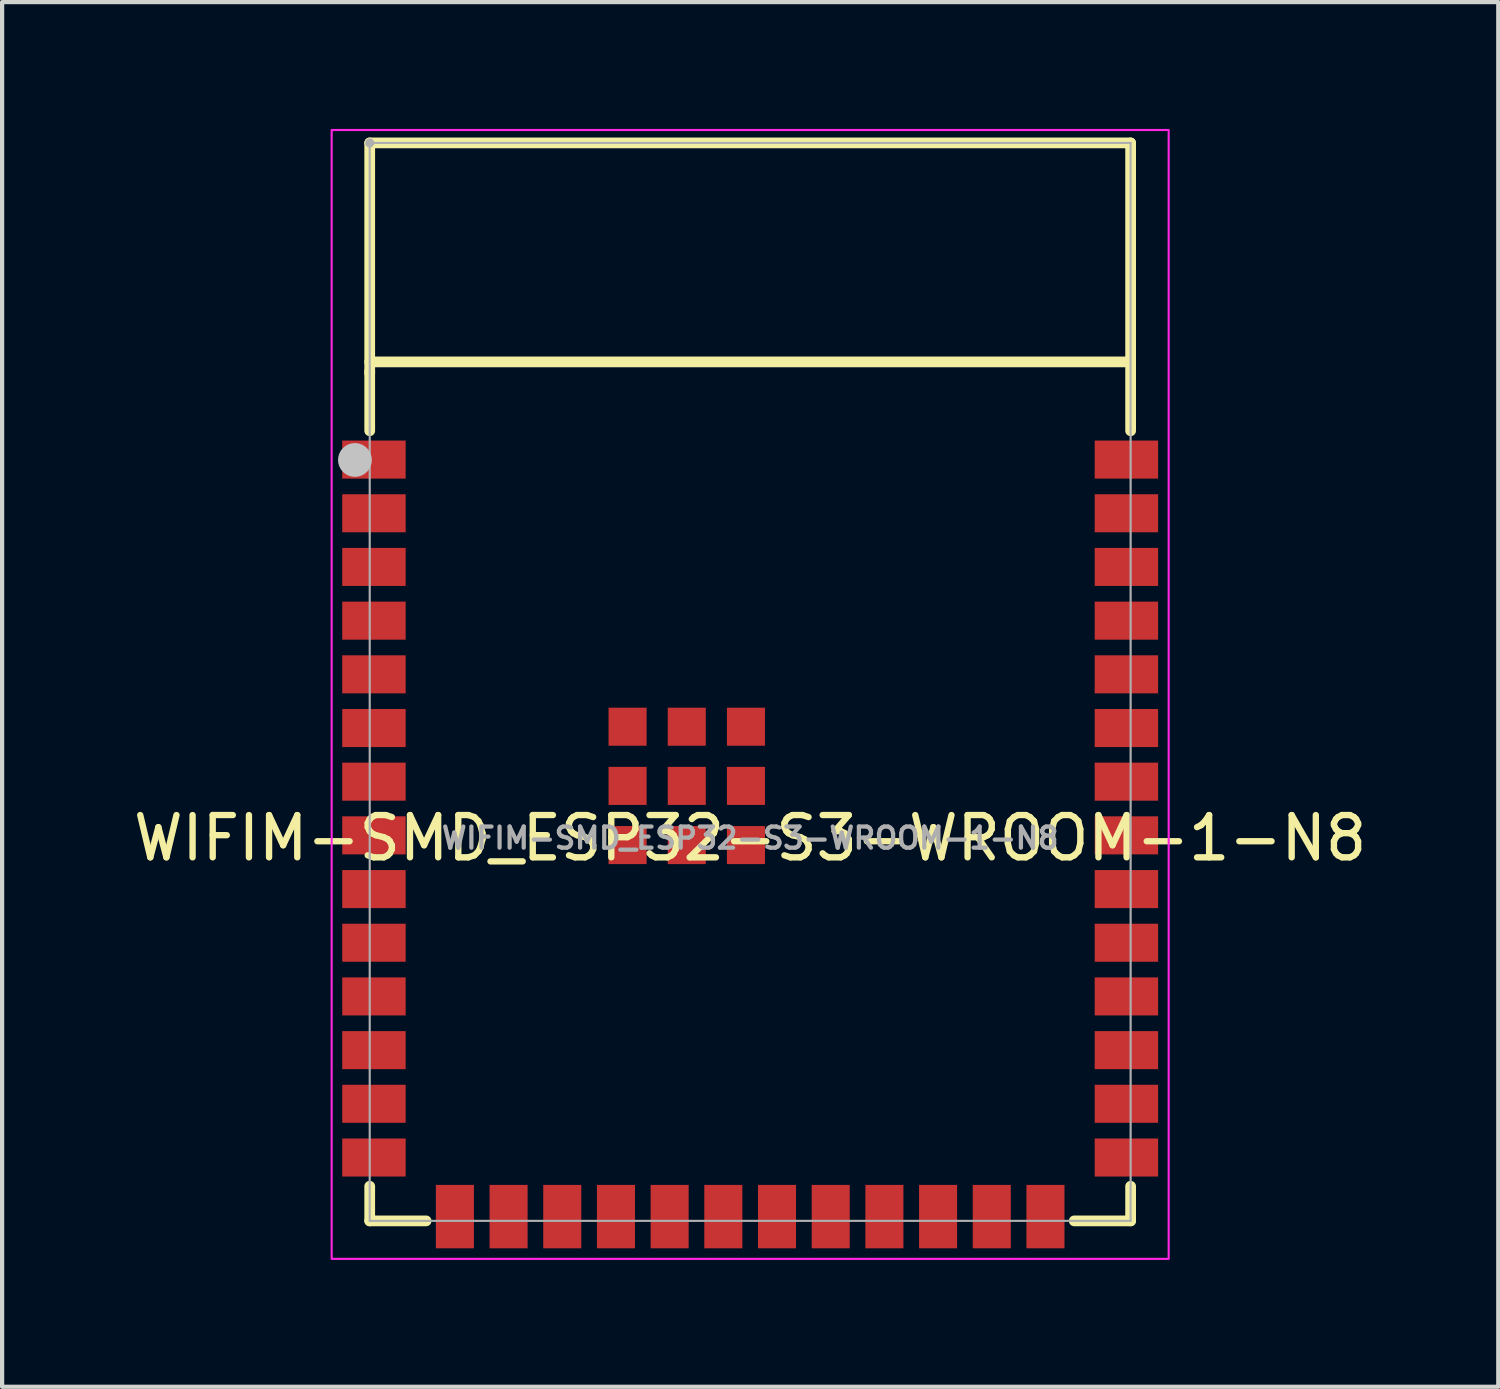
<source format=kicad_pcb>
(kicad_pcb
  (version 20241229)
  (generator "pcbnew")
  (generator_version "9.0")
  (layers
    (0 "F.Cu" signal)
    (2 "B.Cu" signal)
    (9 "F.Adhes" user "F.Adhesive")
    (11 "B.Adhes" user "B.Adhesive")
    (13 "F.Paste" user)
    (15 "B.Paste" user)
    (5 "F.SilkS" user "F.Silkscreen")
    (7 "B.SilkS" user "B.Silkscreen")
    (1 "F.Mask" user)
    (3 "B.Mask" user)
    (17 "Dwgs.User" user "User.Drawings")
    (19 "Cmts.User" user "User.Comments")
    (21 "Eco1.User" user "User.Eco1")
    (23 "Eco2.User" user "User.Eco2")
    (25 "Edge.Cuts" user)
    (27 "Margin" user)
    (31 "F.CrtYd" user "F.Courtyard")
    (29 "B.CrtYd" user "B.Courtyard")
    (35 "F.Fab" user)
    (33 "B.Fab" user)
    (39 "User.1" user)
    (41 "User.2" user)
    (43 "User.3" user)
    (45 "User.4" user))
  (footprint "WIFIM-SMD_ESP32-S3-WROOM-1-N8"
    (layer "F.Cu")
    (at 14.696 16.776)
    (property "Reference" "WIFIM-SMD_ESP32-S3-WROOM-1-N8" (at 0 0 0) (layer "F.SilkS") (effects (font (size 1 1) (thickness 0.15))))
    (fp_line (start -9 -16.445) (end 9 -16.445) (stroke (width 0.254) (type default)) (layer "F.SilkS"))
    (fp_line (start -9 -11.265) (end 9 -11.265) (stroke (width 0.254) (type default)) (layer "F.SilkS"))
    (fp_line (start -9 -10.995) (end -9 -16.445) (stroke (width 0.254) (type default)) (layer "F.SilkS"))
    (fp_line (start -9 -9.636) (end -9 -11.045) (stroke (width 0.254) (type default)) (layer "F.SilkS"))
    (fp_line (start -9 9.055) (end -9 8.236) (stroke (width 0.254) (type default)) (layer "F.SilkS"))
    (fp_line (start -7.666 9.055) (end -9 9.055) (stroke (width 0.254) (type default)) (layer "F.SilkS"))
    (fp_line (start 9 -16.445) (end 9 -9.636) (stroke (width 0.254) (type default)) (layer "F.SilkS"))
    (fp_line (start 9 8.236) (end 9 9.055) (stroke (width 0.254) (type default)) (layer "F.SilkS"))
    (fp_line (start 9 9.055) (end 7.666 9.055) (stroke (width 0.254) (type default)) (layer "F.SilkS"))
    (fp_circle (center -9.35 -8.945) (end -9.15 -8.945) (stroke (width 0.4) (type default)) (fill no) (layer "Dwgs.User"))
    (fp_rect (start -9.9 -16.751) (end 9.9 9.954) (stroke (width 0.05) (type default)) (fill no) (layer "F.CrtYd"))
    (fp_line (start -9 -16.445) (end 9 -16.445) (stroke (width 0.051) (type default)) (layer "F.Fab"))
    (fp_line (start -9 9.055) (end -9 -16.445) (stroke (width 0.051) (type default)) (layer "F.Fab"))
    (fp_line (start 9 -16.445) (end 9 9.055) (stroke (width 0.051) (type default)) (layer "F.Fab"))
    (fp_line (start 9 9.055) (end -9 9.055) (stroke (width 0.051) (type default)) (layer "F.Fab"))
    (fp_poly (pts (xy -8.945 -16.468) (xy -8.977 -16.501) (xy -9.023 -16.501) (xy -9.055 -16.468) (xy -9.055 -16.423) (xy -9.023 -16.39) (xy -8.977 -16.39) (xy -8.945 -16.423)) (stroke (width 0.1) (type default)) (fill no) (layer "F.Fab"))
    (fp_poly (pts (xy -9 -8.505) (xy -9 -9.405) (xy -8.15 -9.405) (xy -8.15 -8.505)) (stroke (width 0.1) (type default)) (fill no) (layer "User.1"))
    (fp_poly (pts (xy -9 -7.234) (xy -9 -8.134) (xy -8.15 -8.134) (xy -8.15 -7.234)) (stroke (width 0.1) (type default)) (fill no) (layer "User.1"))
    (fp_poly (pts (xy -9 -5.965) (xy -9 -6.864) (xy -8.15 -6.864) (xy -8.15 -5.965)) (stroke (width 0.1) (type default)) (fill no) (layer "User.1"))
    (fp_poly (pts (xy -9 -4.694) (xy -9 -5.595) (xy -8.15 -5.595) (xy -8.15 -4.694)) (stroke (width 0.1) (type default)) (fill no) (layer "User.1"))
    (fp_poly (pts (xy -9 -3.425) (xy -9 -4.324) (xy -8.15 -4.324) (xy -8.15 -3.425)) (stroke (width 0.1) (type default)) (fill no) (layer "User.1"))
    (fp_poly (pts (xy -9 -2.155) (xy -9 -3.054) (xy -8.15 -3.054) (xy -8.15 -2.155)) (stroke (width 0.1) (type default)) (fill no) (layer "User.1"))
    (fp_poly (pts (xy -9 -0.884) (xy -9 -1.784) (xy -8.15 -1.784) (xy -8.15 -0.884)) (stroke (width 0.1) (type default)) (fill no) (layer "User.1"))
    (fp_poly (pts (xy -9 0.386) (xy -9 -0.514) (xy -8.15 -0.514) (xy -8.15 0.386)) (stroke (width 0.1) (type default)) (fill no) (layer "User.1"))
    (fp_poly (pts (xy -9 1.655) (xy -9 0.755) (xy -8.15 0.755) (xy -8.15 1.655)) (stroke (width 0.1) (type default)) (fill no) (layer "User.1"))
    (fp_poly (pts (xy -9 2.925) (xy -9 2.026) (xy -8.15 2.026) (xy -8.15 2.925)) (stroke (width 0.1) (type default)) (fill no) (layer "User.1"))
    (fp_poly (pts (xy -9 4.196) (xy -9 3.296) (xy -8.15 3.296) (xy -8.15 4.196)) (stroke (width 0.1) (type default)) (fill no) (layer "User.1"))
    (fp_poly (pts (xy -9 5.465) (xy -9 4.566) (xy -8.15 4.566) (xy -8.15 5.465)) (stroke (width 0.1) (type default)) (fill no) (layer "User.1"))
    (fp_poly (pts (xy -9 6.736) (xy -9 5.835) (xy -8.15 5.835) (xy -8.15 6.736)) (stroke (width 0.1) (type default)) (fill no) (layer "User.1"))
    (fp_poly (pts (xy -9 8.005) (xy -9 7.106) (xy -8.15 7.106) (xy -8.15 8.005)) (stroke (width 0.1) (type default)) (fill no) (layer "User.1"))
    (fp_poly (pts (xy -7.435 9.055) (xy -7.435 8.205) (xy -6.535 8.205) (xy -6.535 9.055)) (stroke (width 0.1) (type default)) (fill no) (layer "User.1"))
    (fp_poly (pts (xy -6.165 9.055) (xy -6.165 8.205) (xy -5.265 8.205) (xy -5.265 9.055)) (stroke (width 0.1) (type default)) (fill no) (layer "User.1"))
    (fp_poly (pts (xy -4.895 9.055) (xy -4.895 8.205) (xy -3.995 8.205) (xy -3.995 9.055)) (stroke (width 0.1) (type default)) (fill no) (layer "User.1"))
    (fp_poly (pts (xy -3.625 9.055) (xy -3.625 8.205) (xy -2.725 8.205) (xy -2.725 9.055)) (stroke (width 0.1) (type default)) (fill no) (layer "User.1"))
    (fp_poly (pts (xy -3.349 -2.185) (xy -3.349 -3.085) (xy -2.45 -3.085) (xy -2.45 -2.185)) (stroke (width 0.1) (type default)) (fill no) (layer "User.1"))
    (fp_poly (pts (xy -3.349 -0.785) (xy -3.349 -1.685) (xy -2.45 -1.685) (xy -2.45 -0.785)) (stroke (width 0.1) (type default)) (fill no) (layer "User.1"))
    (fp_poly (pts (xy -3.349 0.615) (xy -3.349 -0.285) (xy -2.45 -0.285) (xy -2.45 0.615)) (stroke (width 0.1) (type default)) (fill no) (layer "User.1"))
    (fp_poly (pts (xy -2.355 9.055) (xy -2.355 8.205) (xy -1.455 8.205) (xy -1.455 9.055)) (stroke (width 0.1) (type default)) (fill no) (layer "User.1"))
    (fp_poly (pts (xy -1.95 -2.185) (xy -1.95 -3.085) (xy -1.05 -3.085) (xy -1.05 -2.185)) (stroke (width 0.1) (type default)) (fill no) (layer "User.1"))
    (fp_poly (pts (xy -1.95 -0.785) (xy -1.95 -1.685) (xy -1.05 -1.685) (xy -1.05 -0.785)) (stroke (width 0.1) (type default)) (fill no) (layer "User.1"))
    (fp_poly (pts (xy -1.95 0.615) (xy -1.95 -0.285) (xy -1.05 -0.285) (xy -1.05 0.615)) (stroke (width 0.1) (type default)) (fill no) (layer "User.1"))
    (fp_poly (pts (xy -1.085 9.055) (xy -1.085 8.205) (xy -0.185 8.205) (xy -0.185 9.055)) (stroke (width 0.1) (type default)) (fill no) (layer "User.1"))
    (fp_poly (pts (xy -0.549 -2.185) (xy -0.549 -3.085) (xy 0.35 -3.085) (xy 0.35 -2.185)) (stroke (width 0.1) (type default)) (fill no) (layer "User.1"))
    (fp_poly (pts (xy -0.549 -0.785) (xy -0.549 -1.685) (xy 0.35 -1.685) (xy 0.35 -0.785)) (stroke (width 0.1) (type default)) (fill no) (layer "User.1"))
    (fp_poly (pts (xy -0.549 0.615) (xy -0.549 -0.285) (xy 0.35 -0.285) (xy 0.35 0.615)) (stroke (width 0.1) (type default)) (fill no) (layer "User.1"))
    (fp_poly (pts (xy 0.185 9.055) (xy 0.185 8.205) (xy 1.085 8.205) (xy 1.085 9.055)) (stroke (width 0.1) (type default)) (fill no) (layer "User.1"))
    (fp_poly (pts (xy 1.455 9.055) (xy 1.455 8.205) (xy 2.355 8.205) (xy 2.355 9.055)) (stroke (width 0.1) (type default)) (fill no) (layer "User.1"))
    (fp_poly (pts (xy 2.725 9.055) (xy 2.725 8.205) (xy 3.625 8.205) (xy 3.625 9.055)) (stroke (width 0.1) (type default)) (fill no) (layer "User.1"))
    (fp_poly (pts (xy 3.995 9.055) (xy 3.995 8.205) (xy 4.895 8.205) (xy 4.895 9.055)) (stroke (width 0.1) (type default)) (fill no) (layer "User.1"))
    (fp_poly (pts (xy 5.265 9.055) (xy 5.265 8.205) (xy 6.165 8.205) (xy 6.165 9.055)) (stroke (width 0.1) (type default)) (fill no) (layer "User.1"))
    (fp_poly (pts (xy 6.535 9.055) (xy 6.535 8.205) (xy 7.435 8.205) (xy 7.435 9.055)) (stroke (width 0.1) (type default)) (fill no) (layer "User.1"))
    (fp_poly (pts (xy 8.15 -8.505) (xy 8.15 -9.405) (xy 9 -9.405) (xy 9 -8.505)) (stroke (width 0.1) (type default)) (fill no) (layer "User.1"))
    (fp_poly (pts (xy 8.15 -7.234) (xy 8.15 -8.134) (xy 9 -8.134) (xy 9 -7.234)) (stroke (width 0.1) (type default)) (fill no) (layer "User.1"))
    (fp_poly (pts (xy 8.15 -5.965) (xy 8.15 -6.864) (xy 9 -6.864) (xy 9 -5.965)) (stroke (width 0.1) (type default)) (fill no) (layer "User.1"))
    (fp_poly (pts (xy 8.15 -4.694) (xy 8.15 -5.595) (xy 9 -5.595) (xy 9 -4.694)) (stroke (width 0.1) (type default)) (fill no) (layer "User.1"))
    (fp_poly (pts (xy 8.15 -3.425) (xy 8.15 -4.324) (xy 9 -4.324) (xy 9 -3.425)) (stroke (width 0.1) (type default)) (fill no) (layer "User.1"))
    (fp_poly (pts (xy 8.15 -2.155) (xy 8.15 -3.054) (xy 9 -3.054) (xy 9 -2.155)) (stroke (width 0.1) (type default)) (fill no) (layer "User.1"))
    (fp_poly (pts (xy 8.15 -0.884) (xy 8.15 -1.784) (xy 9 -1.784) (xy 9 -0.884)) (stroke (width 0.1) (type default)) (fill no) (layer "User.1"))
    (fp_poly (pts (xy 8.15 0.386) (xy 8.15 -0.514) (xy 9 -0.514) (xy 9 0.386)) (stroke (width 0.1) (type default)) (fill no) (layer "User.1"))
    (fp_poly (pts (xy 8.15 1.655) (xy 8.15 0.755) (xy 9 0.755) (xy 9 1.655)) (stroke (width 0.1) (type default)) (fill no) (layer "User.1"))
    (fp_poly (pts (xy 8.15 2.925) (xy 8.15 2.026) (xy 9 2.026) (xy 9 2.925)) (stroke (width 0.1) (type default)) (fill no) (layer "User.1"))
    (fp_poly (pts (xy 8.15 4.196) (xy 8.15 3.296) (xy 9 3.296) (xy 9 4.196)) (stroke (width 0.1) (type default)) (fill no) (layer "User.1"))
    (fp_poly (pts (xy 8.15 5.465) (xy 8.15 4.566) (xy 9 4.566) (xy 9 5.465)) (stroke (width 0.1) (type default)) (fill no) (layer "User.1"))
    (fp_poly (pts (xy 8.15 6.736) (xy 8.15 5.835) (xy 9 5.835) (xy 9 6.736)) (stroke (width 0.1) (type default)) (fill no) (layer "User.1"))
    (fp_poly (pts (xy 8.15 8.005) (xy 8.15 7.106) (xy 9 7.106) (xy 9 8.005)) (stroke (width 0.1) (type default)) (fill no) (layer "User.1"))
    (fp_text user "${REFERENCE}" (at 0 0 0) (layer "F.Fab") (effects (font (size 0.5 0.5) (thickness 0.1))))
    (pad "1" smd rect (at -8.9 -8.954) (size 1.5 0.9) (layers "F.Cu" "F.Mask" "F.Paste"))
    (pad "2" smd rect (at -8.9 -7.684) (size 1.5 0.9) (layers "F.Cu" "F.Mask" "F.Paste"))
    (pad "3" smd rect (at -8.9 -6.415) (size 1.5 0.9) (layers "F.Cu" "F.Mask" "F.Paste"))
    (pad "4" smd rect (at -8.9 -5.144) (size 1.5 0.9) (layers "F.Cu" "F.Mask" "F.Paste"))
    (pad "5" smd rect (at -8.9 -3.874) (size 1.5 0.9) (layers "F.Cu" "F.Mask" "F.Paste"))
    (pad "6" smd rect (at -8.9 -2.604) (size 1.5 0.9) (layers "F.Cu" "F.Mask" "F.Paste"))
    (pad "7" smd rect (at -8.9 -1.335) (size 1.5 0.9) (layers "F.Cu" "F.Mask" "F.Paste"))
    (pad "8" smd rect (at -8.9 -0.065) (size 1.5 0.9) (layers "F.Cu" "F.Mask" "F.Paste"))
    (pad "9" smd rect (at -8.9 1.206) (size 1.5 0.9) (layers "F.Cu" "F.Mask" "F.Paste"))
    (pad "10" smd rect (at -8.9 2.475) (size 1.5 0.9) (layers "F.Cu" "F.Mask" "F.Paste"))
    (pad "11" smd rect (at -8.9 3.745) (size 1.5 0.9) (layers "F.Cu" "F.Mask" "F.Paste"))
    (pad "12" smd rect (at -8.9 5.016) (size 1.5 0.9) (layers "F.Cu" "F.Mask" "F.Paste"))
    (pad "13" smd rect (at -8.9 6.285) (size 1.5 0.9) (layers "F.Cu" "F.Mask" "F.Paste"))
    (pad "14" smd rect (at -8.9 7.556) (size 1.5 0.9) (layers "F.Cu" "F.Mask" "F.Paste"))
    (pad "15" smd rect (at -6.985 8.954) (size 0.9 1.5) (layers "F.Cu" "F.Mask" "F.Paste"))
    (pad "16" smd rect (at -5.715 8.954) (size 0.9 1.5) (layers "F.Cu" "F.Mask" "F.Paste"))
    (pad "17" smd rect (at -4.445 8.954) (size 0.9 1.5) (layers "F.Cu" "F.Mask" "F.Paste"))
    (pad "18" smd rect (at -3.175 8.954) (size 0.9 1.5) (layers "F.Cu" "F.Mask" "F.Paste"))
    (pad "19" smd rect (at -1.905 8.954) (size 0.9 1.5) (layers "F.Cu" "F.Mask" "F.Paste"))
    (pad "20" smd rect (at -0.635 8.954) (size 0.9 1.5) (layers "F.Cu" "F.Mask" "F.Paste"))
    (pad "21" smd rect (at 0.635 8.954) (size 0.9 1.5) (layers "F.Cu" "F.Mask" "F.Paste"))
    (pad "22" smd rect (at 1.905 8.954) (size 0.9 1.5) (layers "F.Cu" "F.Mask" "F.Paste"))
    (pad "23" smd rect (at 3.175 8.954) (size 0.9 1.5) (layers "F.Cu" "F.Mask" "F.Paste"))
    (pad "24" smd rect (at 4.445 8.954) (size 0.9 1.5) (layers "F.Cu" "F.Mask" "F.Paste"))
    (pad "25" smd rect (at 5.715 8.954) (size 0.9 1.5) (layers "F.Cu" "F.Mask" "F.Paste"))
    (pad "26" smd rect (at 6.985 8.954) (size 0.9 1.5) (layers "F.Cu" "F.Mask" "F.Paste"))
    (pad "27" smd rect (at 8.9 7.556) (size 1.5 0.9) (layers "F.Cu" "F.Mask" "F.Paste"))
    (pad "28" smd rect (at 8.9 6.285) (size 1.5 0.9) (layers "F.Cu" "F.Mask" "F.Paste"))
    (pad "29" smd rect (at 8.9 5.016) (size 1.5 0.9) (layers "F.Cu" "F.Mask" "F.Paste"))
    (pad "30" smd rect (at 8.9 3.745) (size 1.5 0.9) (layers "F.Cu" "F.Mask" "F.Paste"))
    (pad "31" smd rect (at 8.9 2.475) (size 1.5 0.9) (layers "F.Cu" "F.Mask" "F.Paste"))
    (pad "32" smd rect (at 8.9 1.206) (size 1.5 0.9) (layers "F.Cu" "F.Mask" "F.Paste"))
    (pad "33" smd rect (at 8.9 -0.065) (size 1.5 0.9) (layers "F.Cu" "F.Mask" "F.Paste"))
    (pad "34" smd rect (at 8.9 -1.335) (size 1.5 0.9) (layers "F.Cu" "F.Mask" "F.Paste"))
    (pad "35" smd rect (at 8.9 -2.604) (size 1.5 0.9) (layers "F.Cu" "F.Mask" "F.Paste"))
    (pad "36" smd rect (at 8.9 -3.874) (size 1.5 0.9) (layers "F.Cu" "F.Mask" "F.Paste"))
    (pad "37" smd rect (at 8.9 -5.144) (size 1.5 0.9) (layers "F.Cu" "F.Mask" "F.Paste"))
    (pad "38" smd rect (at 8.9 -6.415) (size 1.5 0.9) (layers "F.Cu" "F.Mask" "F.Paste"))
    (pad "39" smd rect (at 8.9 -7.684) (size 1.5 0.9) (layers "F.Cu" "F.Mask" "F.Paste"))
    (pad "40" smd rect (at 8.9 -8.954) (size 1.5 0.9) (layers "F.Cu" "F.Mask" "F.Paste"))
    (pad "41" smd rect (at -2.9 -2.635 90) (size 0.9 0.9) (layers "F.Cu" "F.Mask" "F.Paste"))
    (pad "41" smd rect (at -2.9 -1.235 90) (size 0.9 0.9) (layers "F.Cu" "F.Mask" "F.Paste"))
    (pad "41" smd rect (at -2.9 0.165 90) (size 0.9 0.9) (layers "F.Cu" "F.Mask" "F.Paste"))
    (pad "41" smd rect (at -1.5 -2.635 90) (size 0.9 0.9) (layers "F.Cu" "F.Mask" "F.Paste"))
    (pad "41" smd rect (at -1.5 -1.235 90) (size 0.9 0.9) (layers "F.Cu" "F.Mask" "F.Paste"))
    (pad "41" smd rect (at -1.5 0.165 90) (size 0.9 0.9) (layers "F.Cu" "F.Mask" "F.Paste"))
    (pad "41" smd rect (at -0.1 -2.635 90) (size 0.9 0.9) (layers "F.Cu" "F.Mask" "F.Paste"))
    (pad "41" smd rect (at -0.1 -1.235 90) (size 0.9 0.9) (layers "F.Cu" "F.Mask" "F.Paste"))
    (pad "41" smd rect (at -0.1 0.165 90) (size 0.9 0.9) (layers "F.Cu" "F.Mask" "F.Paste")))
  (gr_rect
    (start -3 -3)
    (end 32.393 29.755)
    (stroke (width 0.1) (type default))
    (fill no)
    (layer "Edge.Cuts")))
</source>
